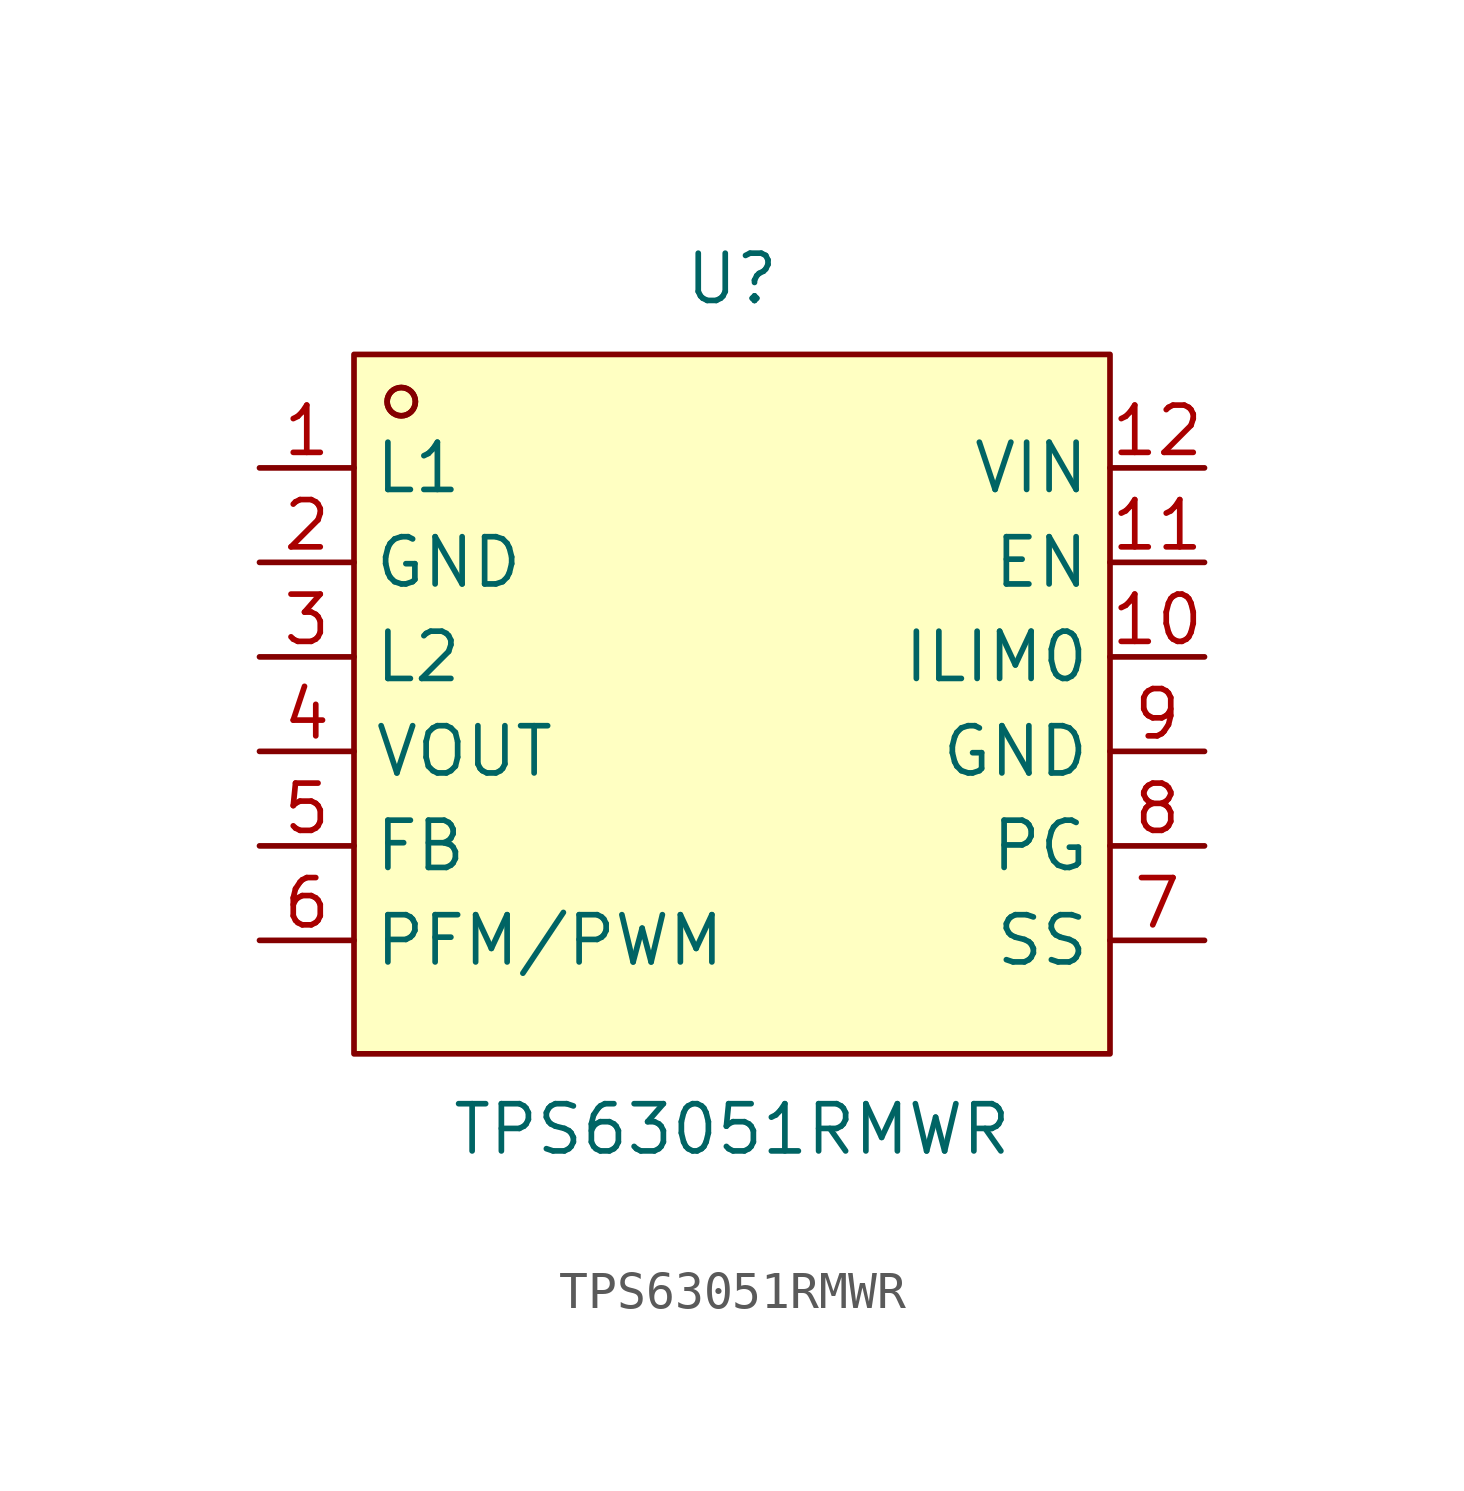
<source format=kicad_sym>
(kicad_symbol_lib
  (version 20211014)
  (generator https://github.com/uPesy/easyeda2kicad.py)
  (symbol "TPS63051RMWR"
    (property "Reference" "U"
      (at 0 11.43 0)
      (effects (font (size 1.27 1.27))))
    (property "Value" "TPS63051RMWR"
      (at 0 -11.43 0)
      (effects (font (size 1.27 1.27))))
    (symbol "TPS63051RMWR_0_1"
      (rectangle (start -10.16 9.40) (end 10.16 -9.40) (stroke (width 0) (type default) (color 0 0 0 0)) (fill (type background)))
      (circle (center -8.89 8.13) (radius 0.38) (stroke (width 0) (type default) (color 0 0 0 0)) (fill (type none)))
      (circle (center -8.89 8.13) (radius 0.38) (stroke (width 0) (type default) (color 0 0 0 0)) (fill (type none)))
      (pin unspecified line (at -12.70 6.35 0) (length 2.54) (name "L1" (effects (font (size 1.27 1.27)))) (number "1" (effects (font (size 1.27 1.27)))))
      (pin unspecified line (at -12.70 3.81 0) (length 2.54) (name "GND" (effects (font (size 1.27 1.27)))) (number "2" (effects (font (size 1.27 1.27)))))
      (pin unspecified line (at -12.70 1.27 0) (length 2.54) (name "L2" (effects (font (size 1.27 1.27)))) (number "3" (effects (font (size 1.27 1.27)))))
      (pin unspecified line (at -12.70 -1.27 0) (length 2.54) (name "VOUT" (effects (font (size 1.27 1.27)))) (number "4" (effects (font (size 1.27 1.27)))))
      (pin unspecified line (at -12.70 -3.81 0) (length 2.54) (name "FB" (effects (font (size 1.27 1.27)))) (number "5" (effects (font (size 1.27 1.27)))))
      (pin unspecified line (at -12.70 -6.35 0) (length 2.54) (name "PFM/PWM" (effects (font (size 1.27 1.27)))) (number "6" (effects (font (size 1.27 1.27)))))
      (pin unspecified line (at 12.70 -6.35 180) (length 2.54) (name "SS" (effects (font (size 1.27 1.27)))) (number "7" (effects (font (size 1.27 1.27)))))
      (pin unspecified line (at 12.70 -3.81 180) (length 2.54) (name "PG" (effects (font (size 1.27 1.27)))) (number "8" (effects (font (size 1.27 1.27)))))
      (pin unspecified line (at 12.70 -1.27 180) (length 2.54) (name "GND" (effects (font (size 1.27 1.27)))) (number "9" (effects (font (size 1.27 1.27)))))
      (pin unspecified line (at 12.70 1.27 180) (length 2.54) (name "ILIM0" (effects (font (size 1.27 1.27)))) (number "10" (effects (font (size 1.27 1.27)))))
      (pin unspecified line (at 12.70 3.81 180) (length 2.54) (name "EN" (effects (font (size 1.27 1.27)))) (number "11" (effects (font (size 1.27 1.27)))))
      (pin unspecified line (at 12.70 6.35 180) (length 2.54) (name "VIN" (effects (font (size 1.27 1.27)))) (number "12" (effects (font (size 1.27 1.27))))))))
</source>
